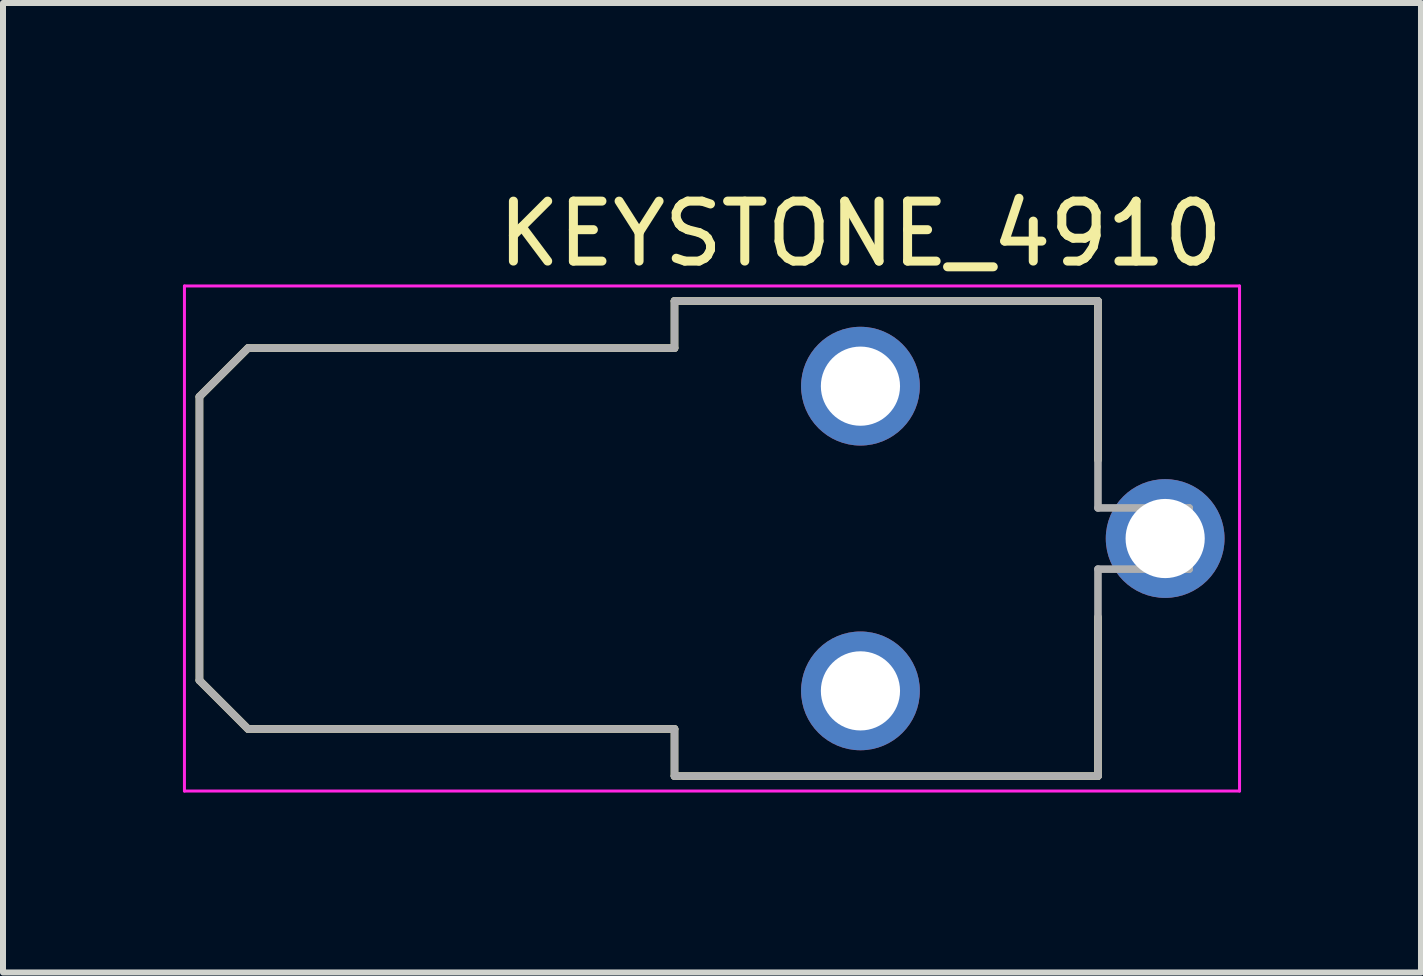
<source format=kicad_pcb>
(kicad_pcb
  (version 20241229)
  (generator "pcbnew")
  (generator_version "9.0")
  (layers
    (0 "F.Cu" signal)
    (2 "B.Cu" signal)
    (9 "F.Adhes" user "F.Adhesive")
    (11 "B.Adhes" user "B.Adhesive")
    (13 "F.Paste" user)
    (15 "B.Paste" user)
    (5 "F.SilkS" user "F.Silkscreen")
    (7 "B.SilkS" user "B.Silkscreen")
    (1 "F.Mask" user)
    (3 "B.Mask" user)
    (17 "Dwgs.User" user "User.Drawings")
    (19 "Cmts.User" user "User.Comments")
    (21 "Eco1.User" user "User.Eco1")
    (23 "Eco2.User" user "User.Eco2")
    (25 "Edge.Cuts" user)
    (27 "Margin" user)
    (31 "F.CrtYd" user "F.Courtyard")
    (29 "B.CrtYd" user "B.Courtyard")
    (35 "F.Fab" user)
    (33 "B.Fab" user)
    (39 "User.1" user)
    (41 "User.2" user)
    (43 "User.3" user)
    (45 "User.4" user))
  (footprint "KEYSTONE_4910"
    (layer "F.Cu")
    (at 11.295 5.928)
    (property "Reference" "KEYSTONE_4910" (at 0 -5.08 0) (layer "F.SilkS") (effects (font (size 1 1) (thickness 0.15))))
    (attr through_hole)
    (fp_line (start -11.02 -2.365) (end -10.21 -3.175) (stroke (width 0.127) (type solid)) (layer "F.SilkS"))
    (fp_line (start -11.02 2.365) (end -11.02 -2.365) (stroke (width 0.127) (type solid)) (layer "F.SilkS"))
    (fp_line (start -10.21 -3.175) (end -3.1 -3.175) (stroke (width 0.127) (type solid)) (layer "F.SilkS"))
    (fp_line (start -10.21 3.175) (end -11.02 2.365) (stroke (width 0.127) (type solid)) (layer "F.SilkS"))
    (fp_line (start -3.1 -3.96) (end 3.96 -3.96) (stroke (width 0.127) (type solid)) (layer "F.SilkS"))
    (fp_line (start -3.1 -3.175) (end -3.1 -3.96) (stroke (width 0.127) (type solid)) (layer "F.SilkS"))
    (fp_line (start -3.1 3.175) (end -10.21 3.175) (stroke (width 0.127) (type solid)) (layer "F.SilkS"))
    (fp_line (start -3.1 3.96) (end -3.1 3.175) (stroke (width 0.127) (type solid)) (layer "F.SilkS"))
    (fp_line (start -3.1 3.96) (end 3.96 3.96) (stroke (width 0.127) (type solid)) (layer "F.SilkS"))
    (fp_line (start 3.96 -3.96) (end 3.96 -1.31) (stroke (width 0.127) (type solid)) (layer "F.SilkS"))
    (fp_line (start 3.96 3.96) (end 3.96 1.31) (stroke (width 0.127) (type solid)) (layer "F.SilkS"))
    (fp_line (start -11.27 -4.21) (end -11.27 4.21) (stroke (width 0.05) (type solid)) (layer "F.CrtYd"))
    (fp_line (start -11.27 4.21) (end 6.32 4.21) (stroke (width 0.05) (type solid)) (layer "F.CrtYd"))
    (fp_line (start 6.32 -4.21) (end -11.27 -4.21) (stroke (width 0.05) (type solid)) (layer "F.CrtYd"))
    (fp_line (start 6.32 4.21) (end 6.32 -4.21) (stroke (width 0.05) (type solid)) (layer "F.CrtYd"))
    (fp_line (start -11.02 -2.365) (end -10.21 -3.175) (stroke (width 0.127) (type solid)) (layer "F.Fab"))
    (fp_line (start -11.02 2.365) (end -11.02 -2.365) (stroke (width 0.127) (type solid)) (layer "F.Fab"))
    (fp_line (start -10.21 -3.175) (end -3.1 -3.175) (stroke (width 0.127) (type solid)) (layer "F.Fab"))
    (fp_line (start -10.21 3.175) (end -11.02 2.365) (stroke (width 0.127) (type solid)) (layer "F.Fab"))
    (fp_line (start -3.1 -3.96) (end 3.96 -3.96) (stroke (width 0.127) (type solid)) (layer "F.Fab"))
    (fp_line (start -3.1 -3.175) (end -3.1 -3.96) (stroke (width 0.127) (type solid)) (layer "F.Fab"))
    (fp_line (start -3.1 3.175) (end -10.21 3.175) (stroke (width 0.127) (type solid)) (layer "F.Fab"))
    (fp_line (start -3.1 3.96) (end -3.1 3.175) (stroke (width 0.127) (type solid)) (layer "F.Fab"))
    (fp_line (start 3.96 -3.96) (end 3.96 -0.51) (stroke (width 0.127) (type solid)) (layer "F.Fab"))
    (fp_line (start 3.96 -0.51) (end 5.48 -0.51) (stroke (width 0.127) (type solid)) (layer "F.Fab"))
    (fp_line (start 3.96 0.51) (end 5.48 0.51) (stroke (width 0.127) (type solid)) (layer "F.Fab"))
    (fp_line (start 3.96 3.96) (end -3.1 3.96) (stroke (width 0.127) (type solid)) (layer "F.Fab"))
    (fp_line (start 3.96 3.96) (end 3.96 0.51) (stroke (width 0.127) (type solid)) (layer "F.Fab"))
    (fp_line (start 5.48 -0.51) (end 5.48 0.51) (stroke (width 0.127) (type solid)) (layer "F.Fab"))
    (pad "1_1" thru_hole circle (at 0 -2.54) (size 1.98 1.98) (drill 1.32) (layers "*.Cu" "*.Mask"))
    (pad "1_2" thru_hole circle (at 0 2.54) (size 1.98 1.98) (drill 1.32) (layers "*.Cu" "*.Mask"))
    (pad "1_3" thru_hole circle (at 5.08 0) (size 1.98 1.98) (drill 1.32) (layers "*.Cu" "*.Mask")))
  (gr_rect
    (start -3 -3)
    (end 20.64 13.163)
    (stroke (width 0.1) (type default))
    (fill no)
    (layer "Edge.Cuts")))
</source>
